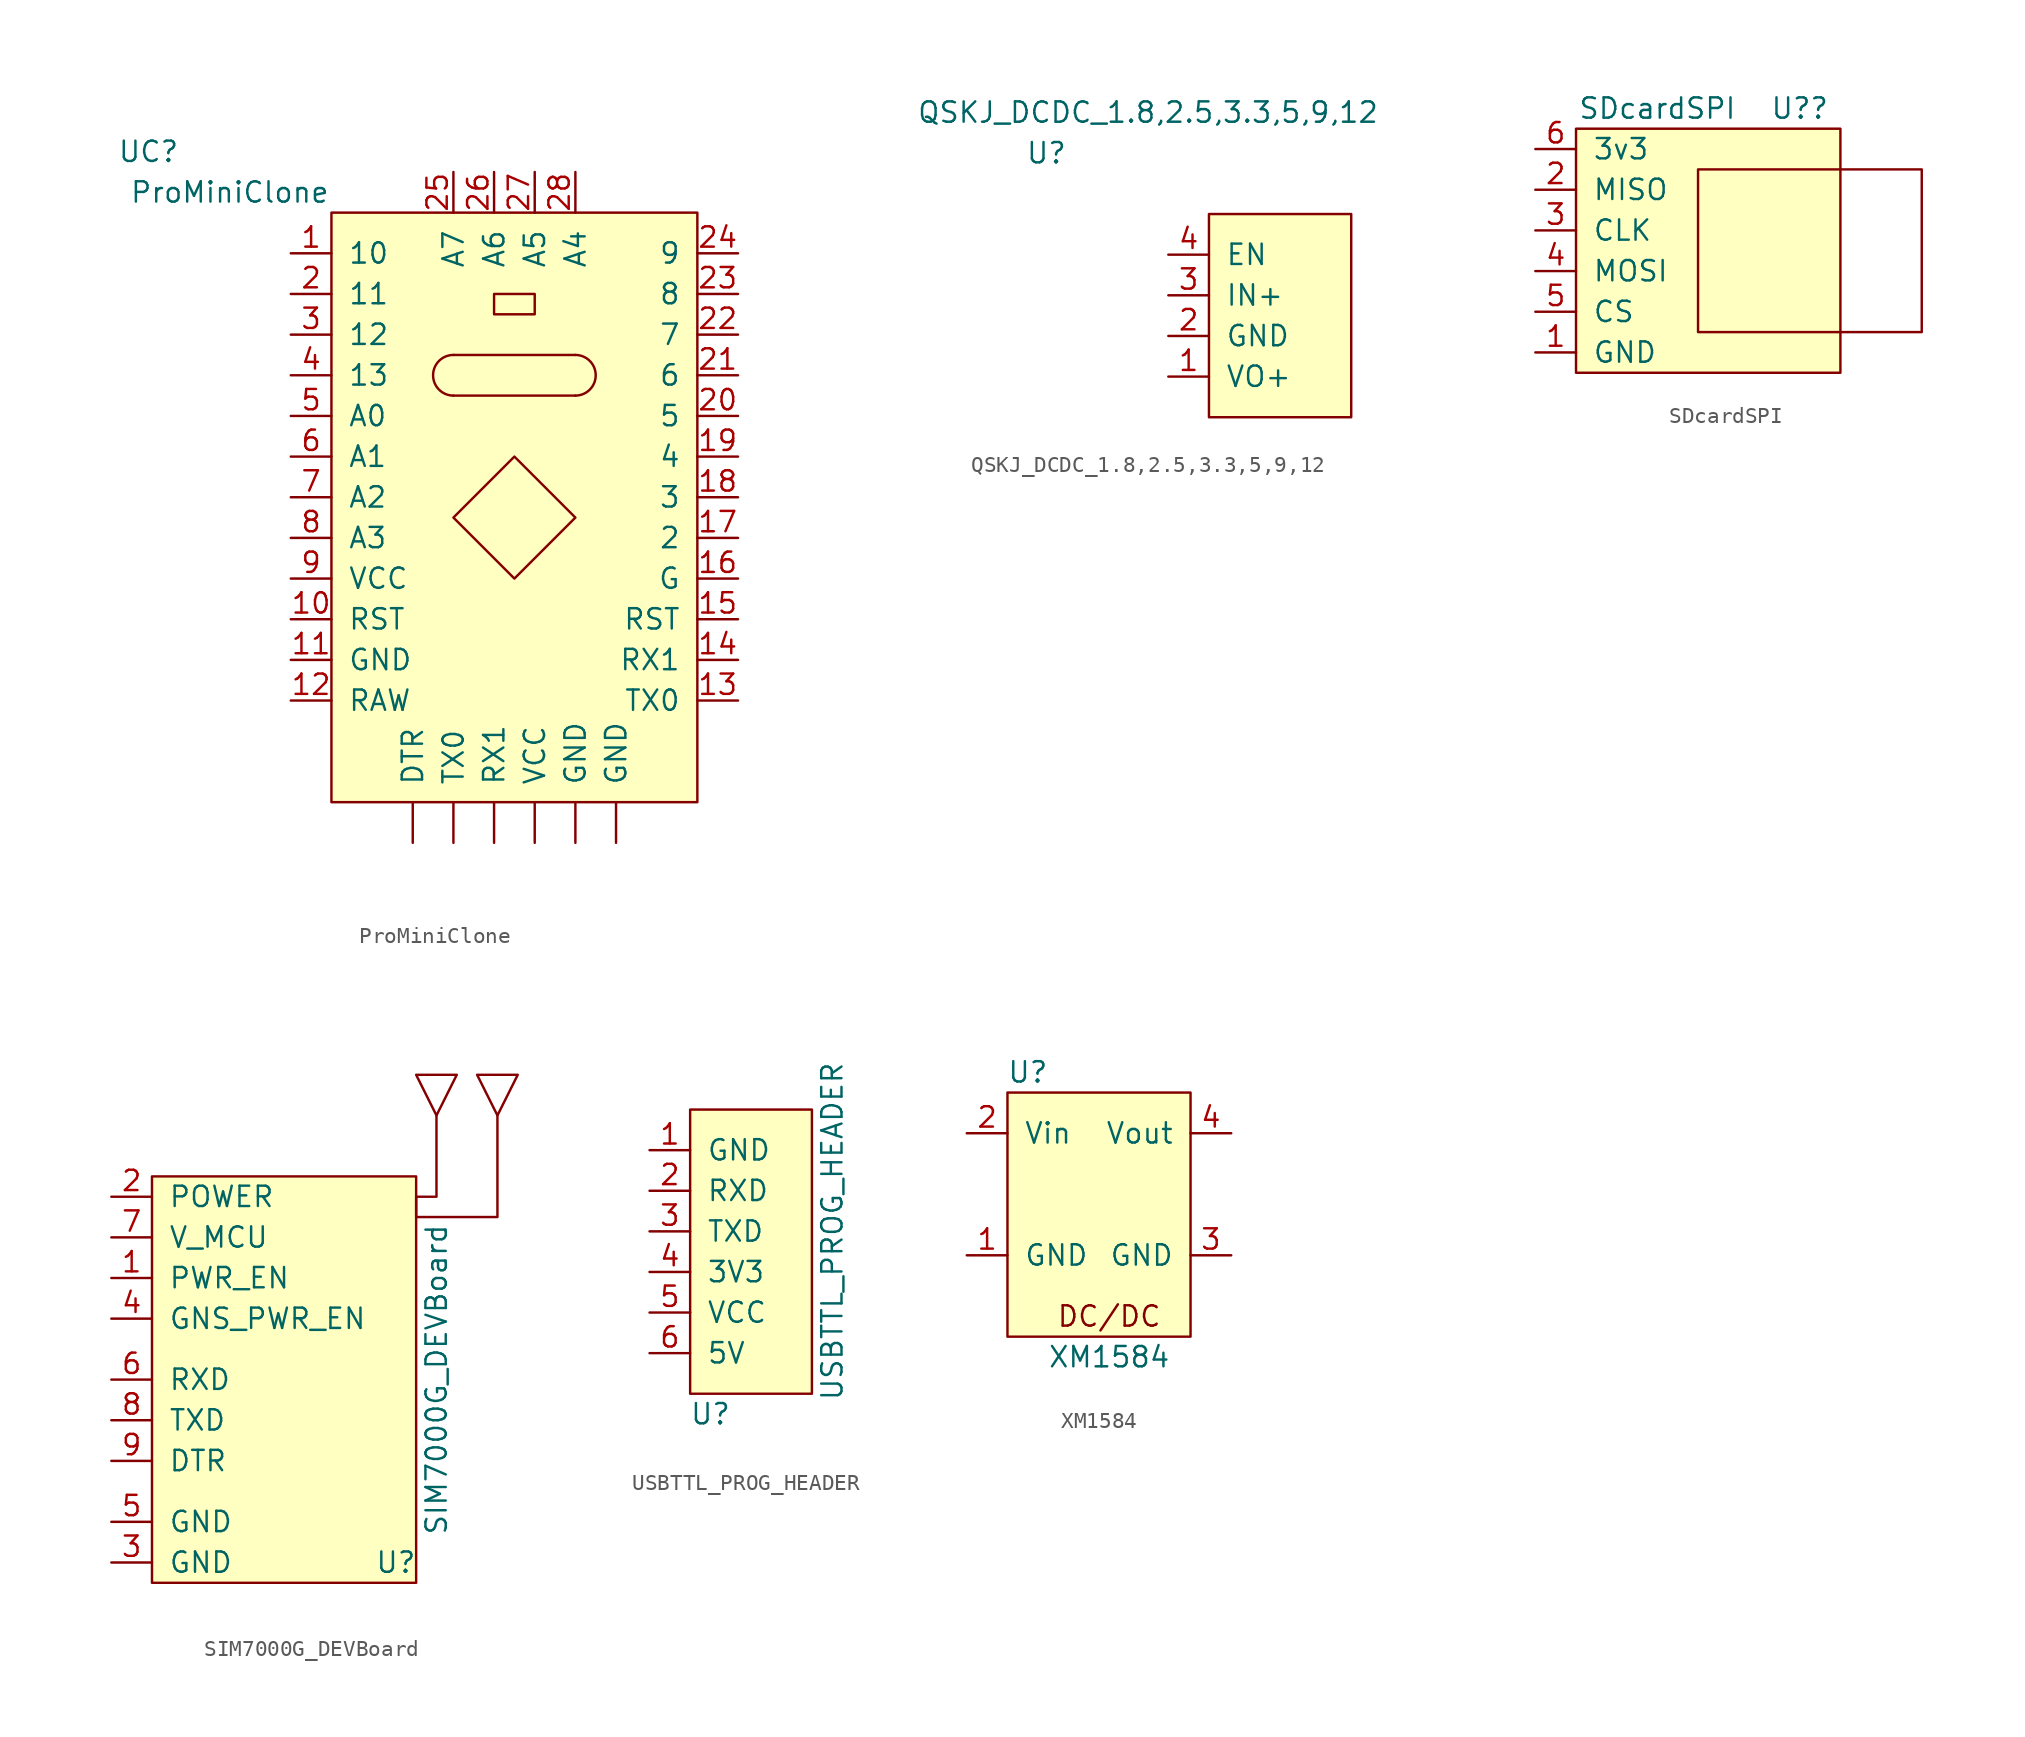
<source format=kicad_sym>
(kicad_symbol_lib
  (version 20211014)
  (generator kicad_symbol_editor)
  (symbol "ProMiniClone"
    (pin_names
      (offset 1.016))
    (property "Reference" "UC"
      (at -11.43 3.81 0)
      (effects (font (size 1.27 1.27))))
    (property "Value" "ProMiniClone"
      (at -6.35 1.27 0)
      (effects (font (size 1.27 1.27))))
    (symbol "ProMiniClone_0_1"
      (polyline (pts (xy 7.62 -8.89) (xy 15.24 -8.89)) (stroke (width 0) (type default) (color 0 0 0 0)) (fill (type none)))
      (polyline (pts (xy 15.24 -11.43) (xy 7.62 -11.43)) (stroke (width 0) (type default) (color 0 0 0 0)) (fill (type none)))
      (polyline (pts (xy 10.16 -5.08) (xy 10.16 -6.35) (xy 12.7 -6.35) (xy 12.7 -5.08) (xy 10.16 -5.08)) (stroke (width 0) (type default) (color 0 0 0 0)) (fill (type none)))
      (polyline (pts (xy 11.43 -15.24) (xy 7.62 -19.05) (xy 11.43 -22.86) (xy 15.24 -19.05) (xy 11.43 -15.24)) (stroke (width 0) (type default) (color 0 0 0 0)) (fill (type none)))
      (rectangle (start 0 0) (end 22.86 -36.83) (stroke (width 0) (type default) (color 0 0 0 0)) (fill (type background)))
      (arc (start 7.62 -8.89) (mid 6.35 -10.16) (end 7.62 -11.43) (stroke (width 0) (type default) (color 0 0 0 0)) (fill (type none)))
      (arc (start 15.24 -11.43) (mid 16.51 -10.16) (end 15.24 -8.89) (stroke (width 0) (type default) (color 0 0 0 0)) (fill (type none))))
    (symbol "ProMiniClone_1_1"
      (pin bidirectional line (at -2.54 -2.54 0) (length 2.54) (name "10" (effects (font (size 1.27 1.27)))) (number "1" (effects (font (size 1.27 1.27)))))
      (pin input line (at -2.54 -25.4 0) (length 2.54) (name "RST" (effects (font (size 1.27 1.27)))) (number "10" (effects (font (size 1.27 1.27)))))
      (pin input line (at -2.54 -27.94 0) (length 2.54) (name "GND" (effects (font (size 1.27 1.27)))) (number "11" (effects (font (size 1.27 1.27)))))
      (pin input line (at -2.54 -30.48 0) (length 2.54) (name "RAW" (effects (font (size 1.27 1.27)))) (number "12" (effects (font (size 1.27 1.27)))))
      (pin input line (at 25.4 -30.48 180) (length 2.54) (name "TX0" (effects (font (size 1.27 1.27)))) (number "13" (effects (font (size 1.27 1.27)))))
      (pin input line (at 25.4 -27.94 180) (length 2.54) (name "RX1" (effects (font (size 1.27 1.27)))) (number "14" (effects (font (size 1.27 1.27)))))
      (pin input line (at 25.4 -25.4 180) (length 2.54) (name "RST" (effects (font (size 1.27 1.27)))) (number "15" (effects (font (size 1.27 1.27)))))
      (pin input line (at 25.4 -22.86 180) (length 2.54) (name "G" (effects (font (size 1.27 1.27)))) (number "16" (effects (font (size 1.27 1.27)))))
      (pin input line (at 25.4 -20.32 180) (length 2.54) (name "2" (effects (font (size 1.27 1.27)))) (number "17" (effects (font (size 1.27 1.27)))))
      (pin input line (at 25.4 -17.78 180) (length 2.54) (name "3" (effects (font (size 1.27 1.27)))) (number "18" (effects (font (size 1.27 1.27)))))
      (pin input line (at 25.4 -15.24 180) (length 2.54) (name "4" (effects (font (size 1.27 1.27)))) (number "19" (effects (font (size 1.27 1.27)))))
      (pin bidirectional line (at -2.54 -5.08 0) (length 2.54) (name "11" (effects (font (size 1.27 1.27)))) (number "2" (effects (font (size 1.27 1.27)))))
      (pin input line (at 25.4 -12.7 180) (length 2.54) (name "5" (effects (font (size 1.27 1.27)))) (number "20" (effects (font (size 1.27 1.27)))))
      (pin input line (at 25.4 -10.16 180) (length 2.54) (name "6" (effects (font (size 1.27 1.27)))) (number "21" (effects (font (size 1.27 1.27)))))
      (pin input line (at 25.4 -7.62 180) (length 2.54) (name "7" (effects (font (size 1.27 1.27)))) (number "22" (effects (font (size 1.27 1.27)))))
      (pin input line (at 25.4 -5.08 180) (length 2.54) (name "8" (effects (font (size 1.27 1.27)))) (number "23" (effects (font (size 1.27 1.27)))))
      (pin input line (at 25.4 -2.54 180) (length 2.54) (name "9" (effects (font (size 1.27 1.27)))) (number "24" (effects (font (size 1.27 1.27)))))
      (pin input line (at 7.62 2.54 270) (length 2.54) (name "A7" (effects (font (size 1.27 1.27)))) (number "25" (effects (font (size 1.27 1.27)))))
      (pin input line (at 10.16 2.54 270) (length 2.54) (name "A6" (effects (font (size 1.27 1.27)))) (number "26" (effects (font (size 1.27 1.27)))))
      (pin input line (at 12.7 2.54 270) (length 2.54) (name "A5" (effects (font (size 1.27 1.27)))) (number "27" (effects (font (size 1.27 1.27)))))
      (pin input line (at 15.24 2.54 270) (length 2.54) (name "A4" (effects (font (size 1.27 1.27)))) (number "28" (effects (font (size 1.27 1.27)))))
      (pin bidirectional line (at -2.54 -7.62 0) (length 2.54) (name "12" (effects (font (size 1.27 1.27)))) (number "3" (effects (font (size 1.27 1.27)))))
      (pin bidirectional line (at -2.54 -10.16 0) (length 2.54) (name "13" (effects (font (size 1.27 1.27)))) (number "4" (effects (font (size 1.27 1.27)))))
      (pin bidirectional line (at -2.54 -12.7 0) (length 2.54) (name "A0" (effects (font (size 1.27 1.27)))) (number "5" (effects (font (size 1.27 1.27)))))
      (pin bidirectional line (at -2.54 -15.24 0) (length 2.54) (name "A1" (effects (font (size 1.27 1.27)))) (number "6" (effects (font (size 1.27 1.27)))))
      (pin bidirectional line (at -2.54 -17.78 0) (length 2.54) (name "A2" (effects (font (size 1.27 1.27)))) (number "7" (effects (font (size 1.27 1.27)))))
      (pin bidirectional line (at -2.54 -20.32 0) (length 2.54) (name "A3" (effects (font (size 1.27 1.27)))) (number "8" (effects (font (size 1.27 1.27)))))
      (pin input line (at -2.54 -22.86 0) (length 2.54) (name "VCC" (effects (font (size 1.27 1.27)))) (number "9" (effects (font (size 1.27 1.27)))))
      (pin input line (at 5.08 -39.37 90) (length 2.54) (name "DTR" (effects (font (size 1.27 1.27)))) (number "~" (effects (font (size 1.27 1.27)))))
      (pin input line (at 15.24 -39.37 90) (length 2.54) (name "GND" (effects (font (size 1.27 1.27)))) (number "~" (effects (font (size 1.27 1.27)))))
      (pin input line (at 17.78 -39.37 90) (length 2.54) (name "GND" (effects (font (size 1.27 1.27)))) (number "~" (effects (font (size 1.27 1.27)))))
      (pin input line (at 10.16 -39.37 90) (length 2.54) (name "RX1" (effects (font (size 1.27 1.27)))) (number "~" (effects (font (size 1.27 1.27)))))
      (pin output line (at 7.62 -39.37 90) (length 2.54) (name "TX0" (effects (font (size 1.27 1.27)))) (number "~" (effects (font (size 1.27 1.27)))))
      (pin input line (at 12.7 -39.37 90) (length 2.54) (name "VCC" (effects (font (size 1.27 1.27)))) (number "~" (effects (font (size 1.27 1.27)))))))
  (symbol "QSKJ_DCDC_1.8,2.5,3.3,5,9,12"
    (pin_names
      (offset 1.016))
    (property "Reference" "U"
      (at -10.16 3.81 0)
      (effects (font (size 1.27 1.27))))
    (property "Value" "QSKJ_DCDC_1.8,2.5,3.3,5,9,12"
      (at -3.81 6.35 0)
      (effects (font (size 1.27 1.27))))
    (symbol "QSKJ_DCDC_1.8,2.5,3.3,5,9,12_0_1"
      (rectangle (start 0 0) (end 8.89 -12.7) (stroke (width 0) (type default) (color 0 0 0 0)) (fill (type background))))
    (symbol "QSKJ_DCDC_1.8,2.5,3.3,5,9,12_1_1"
      (pin input line (at -2.54 -10.16 0) (length 2.54) (name "VO+" (effects (font (size 1.27 1.27)))) (number "1" (effects (font (size 1.27 1.27)))))
      (pin input line (at -2.54 -7.62 0) (length 2.54) (name "GND" (effects (font (size 1.27 1.27)))) (number "2" (effects (font (size 1.27 1.27)))))
      (pin input line (at -2.54 -5.08 0) (length 2.54) (name "IN+" (effects (font (size 1.27 1.27)))) (number "3" (effects (font (size 1.27 1.27)))))
      (pin input line (at -2.54 -2.54 0) (length 2.54) (name "EN" (effects (font (size 1.27 1.27)))) (number "4" (effects (font (size 1.27 1.27)))))))
  (symbol "SDcardSPI"
    (pin_names
      (offset 1.016))
    (property "Reference" "U?"
      (at 13.97 1.27 0)
      (effects (font (size 1.27 1.27))))
    (property "Value" "SDcardSPI"
      (at 5.08 1.27 0)
      (effects (font (size 1.27 1.27))))
    (symbol "SDcardSPI_0_1"
      (rectangle (start 0 0) (end 16.51 -15.24) (stroke (width 0) (type default) (color 0 0 0 0)) (fill (type background)))
      (rectangle (start 7.62 -2.54) (end 21.59 -12.7) (stroke (width 0) (type default) (color 0 0 0 0)) (fill (type none))))
    (symbol "SDcardSPI_1_1"
      (pin bidirectional line (at -2.54 -13.97 0) (length 2.54) (name "GND" (effects (font (size 1.27 1.27)))) (number "1" (effects (font (size 1.27 1.27)))))
      (pin bidirectional line (at -2.54 -3.81 0) (length 2.54) (name "MISO" (effects (font (size 1.27 1.27)))) (number "2" (effects (font (size 1.27 1.27)))))
      (pin bidirectional line (at -2.54 -6.35 0) (length 2.54) (name "CLK" (effects (font (size 1.27 1.27)))) (number "3" (effects (font (size 1.27 1.27)))))
      (pin bidirectional line (at -2.54 -8.89 0) (length 2.54) (name "MOSI" (effects (font (size 1.27 1.27)))) (number "4" (effects (font (size 1.27 1.27)))))
      (pin bidirectional line (at -2.54 -11.43 0) (length 2.54) (name "CS" (effects (font (size 1.27 1.27)))) (number "5" (effects (font (size 1.27 1.27)))))
      (pin bidirectional line (at -2.54 -1.27 0) (length 2.54) (name "3v3" (effects (font (size 1.27 1.27)))) (number "6" (effects (font (size 1.27 1.27)))))))
  (symbol "SIM7000G_DEVBoard"
    (pin_names
      (offset 1.016))
    (property "Reference" "U"
      (at 15.24 -21.59 0)
      (effects (font (size 1.27 1.27))))
    (property "Value" "SIM7000G_DEVBoard"
      (at 17.78 -10.16 90)
      (effects (font (size 1.27 1.27))))
    (symbol "SIM7000G_DEVBoard_0_1"
      (polyline (pts (xy 16.51 8.89) (xy 19.05 8.89) (xy 17.78 6.35) (xy 16.51 8.89)) (stroke (width 0) (type default) (color 0 0 0 0)) (fill (type none)))
      (polyline (pts (xy 20.32 8.89) (xy 22.86 8.89) (xy 21.59 6.35) (xy 20.32 8.89)) (stroke (width 0) (type default) (color 0 0 0 0)) (fill (type none)))
      (polyline (pts (xy 21.59 6.35) (xy 21.59 0) (xy 16.51 0) (xy 16.51 1.27) (xy 17.78 1.27) (xy 17.78 6.35)) (stroke (width 0) (type default) (color 0 0 0 0)) (fill (type none)))
      (rectangle (start 0 2.54) (end 16.51 -22.86) (stroke (width 0) (type default) (color 0 0 0 0)) (fill (type background))))
    (symbol "SIM7000G_DEVBoard_1_1"
      (pin input line (at -2.54 -3.81 0) (length 2.54) (name "PWR_EN" (effects (font (size 1.27 1.27)))) (number "1" (effects (font (size 1.27 1.27)))))
      (pin input line (at -2.54 1.27 0) (length 2.54) (name "POWER" (effects (font (size 1.27 1.27)))) (number "2" (effects (font (size 1.27 1.27)))))
      (pin input line (at -2.54 -21.59 0) (length 2.54) (name "GND" (effects (font (size 1.27 1.27)))) (number "3" (effects (font (size 1.27 1.27)))))
      (pin input line (at -2.54 -6.35 0) (length 2.54) (name "GNS_PWR_EN" (effects (font (size 1.27 1.27)))) (number "4" (effects (font (size 1.27 1.27)))))
      (pin input line (at -2.54 -19.05 0) (length 2.54) (name "GND" (effects (font (size 1.27 1.27)))) (number "5" (effects (font (size 1.27 1.27)))))
      (pin input line (at -2.54 -10.16 0) (length 2.54) (name "RXD" (effects (font (size 1.27 1.27)))) (number "6" (effects (font (size 1.27 1.27)))))
      (pin input line (at -2.54 -1.27 0) (length 2.54) (name "V_MCU" (effects (font (size 1.27 1.27)))) (number "7" (effects (font (size 1.27 1.27)))))
      (pin input line (at -2.54 -12.7 0) (length 2.54) (name "TXD" (effects (font (size 1.27 1.27)))) (number "8" (effects (font (size 1.27 1.27)))))
      (pin input line (at -2.54 -15.24 0) (length 2.54) (name "DTR" (effects (font (size 1.27 1.27)))) (number "9" (effects (font (size 1.27 1.27)))))))
  (symbol "USBTTL_PROG_HEADER"
    (pin_names
      (offset 1.016))
    (property "Reference" "U"
      (at 1.27 -19.05 0)
      (effects (font (size 1.27 1.27))))
    (property "Value" "USBTTL_PROG_HEADER"
      (at 8.89 -7.62 90)
      (effects (font (size 1.27 1.27))))
    (symbol "USBTTL_PROG_HEADER_0_1"
      (rectangle (start 0 0) (end 7.62 -17.78) (stroke (width 0) (type default) (color 0 0 0 0)) (fill (type background))))
    (symbol "USBTTL_PROG_HEADER_1_1"
      (pin input line (at -2.54 -2.54 0) (length 2.54) (name "GND" (effects (font (size 1.27 1.27)))) (number "1" (effects (font (size 1.27 1.27)))))
      (pin input line (at -2.54 -5.08 0) (length 2.54) (name "RXD" (effects (font (size 1.27 1.27)))) (number "2" (effects (font (size 1.27 1.27)))))
      (pin input line (at -2.54 -7.62 0) (length 2.54) (name "TXD" (effects (font (size 1.27 1.27)))) (number "3" (effects (font (size 1.27 1.27)))))
      (pin input line (at -2.54 -10.16 0) (length 2.54) (name "3V3" (effects (font (size 1.27 1.27)))) (number "4" (effects (font (size 1.27 1.27)))))
      (pin input line (at -2.54 -12.7 0) (length 2.54) (name "VCC" (effects (font (size 1.27 1.27)))) (number "5" (effects (font (size 1.27 1.27)))))
      (pin input line (at -2.54 -15.24 0) (length 2.54) (name "5V" (effects (font (size 1.27 1.27)))) (number "6" (effects (font (size 1.27 1.27)))))))
  (symbol "XM1584"
    (pin_names
      (offset 1.016))
    (property "Reference" "U"
      (at 1.27 1.27 0)
      (effects (font (size 1.27 1.27))))
    (property "Value" "XM1584"
      (at 6.35 -16.51 0)
      (effects (font (size 1.27 1.27))))
    (symbol "XM1584_0_0"
      (rectangle (start 0 0) (end 11.43 -15.24) (stroke (width 0) (type default) (color 0 0 0 0)) (fill (type background)))
      (text "DC/DC" (at 6.35 -13.97 0) (effects (font (size 1.27 1.27)))))
    (symbol "XM1584_1_1"
      (pin input line (at -2.54 -10.16 0) (length 2.54) (name "GND" (effects (font (size 1.27 1.27)))) (number "1" (effects (font (size 1.27 1.27)))))
      (pin input line (at -2.54 -2.54 0) (length 2.54) (name "Vin" (effects (font (size 1.27 1.27)))) (number "2" (effects (font (size 1.27 1.27)))))
      (pin input line (at 13.97 -10.16 180) (length 2.54) (name "GND" (effects (font (size 1.27 1.27)))) (number "3" (effects (font (size 1.27 1.27)))))
      (pin input line (at 13.97 -2.54 180) (length 2.54) (name "Vout" (effects (font (size 1.27 1.27)))) (number "4" (effects (font (size 1.27 1.27))))))))
</source>
